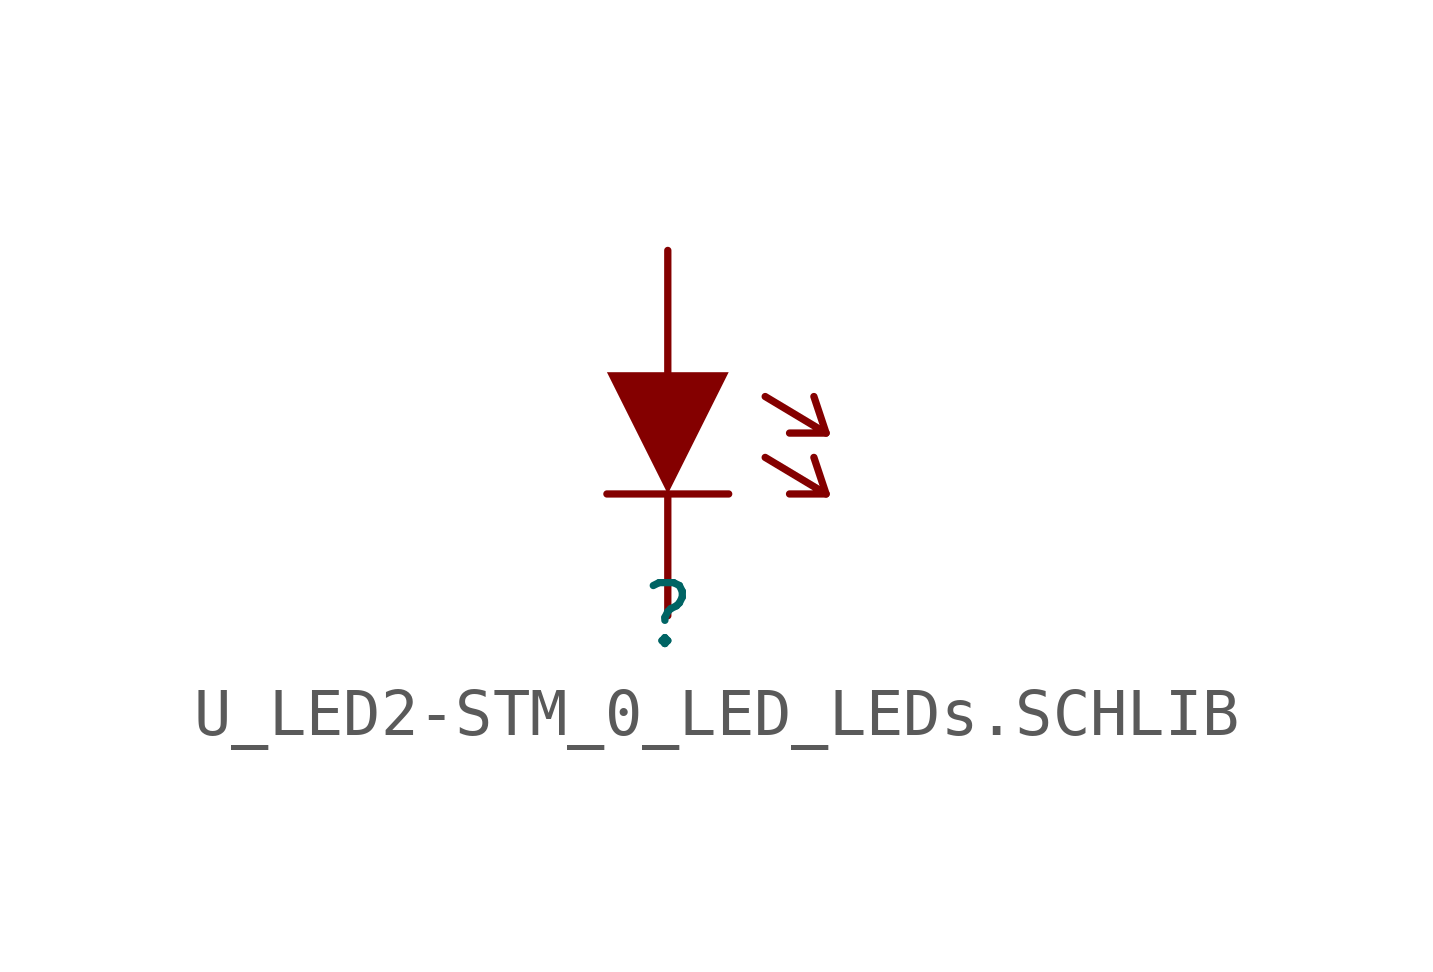
<source format=kicad_sym>
(kicad_symbol_lib
  (version 20241209)
  (generator "kicad_symbol_editor")
  (generator_version "9.0")
  (symbol "U_LED2-STM_0_LED_LEDs.SCHLIB"
    (pin_numbers
      (hide yes))
    (pin_names
      (hide yes))
    (property "Reference" ""
      (at 0 0 0)
      (effects (font (size 1.27 1.27))))
    (property "Value" ""
      (at 0 0 0)
      (effects (font (size 1.27 1.27))))
    (symbol "U_LED2-STM_0_LED_LEDs.SCHLIB_1_0"
      (polyline (pts (xy -1.27 5.08) (xy 1.27 5.08) (xy 0 2.54) (xy -1.27 5.08)) (stroke (width -0.0001) (type solid)) (fill (type outline)))
      (polyline (pts (xy -1.27 2.54) (xy 1.27 2.54)) (stroke (width 0) (type solid)) (fill (type none)))
      (polyline (pts (xy 2.032 4.572) (xy 3.302 3.81) (xy 2.54 3.81)) (stroke (width 0) (type solid)) (fill (type none)))
      (polyline (pts (xy 2.032 3.302) (xy 3.302 2.54) (xy 2.54 2.54)) (stroke (width 0) (type solid)) (fill (type none)))
      (polyline (pts (xy 3.302 3.81) (xy 3.048 4.572)) (stroke (width 0) (type solid)) (fill (type none)))
      (polyline (pts (xy 3.302 2.54) (xy 3.048 3.302)) (stroke (width 0) (type solid)) (fill (type none)))
      (pin passive line (at 0 7.62 270) (length 2.54) (name "A" (effects (font (size 1.27 1.27)))) (number "2" (effects (font (size 1.27 1.27)))))
      (pin passive line (at 0 0 90) (length 2.54) (name "K" (effects (font (size 1.27 1.27)))) (number "1" (effects (font (size 1.27 1.27))))))))
</source>
